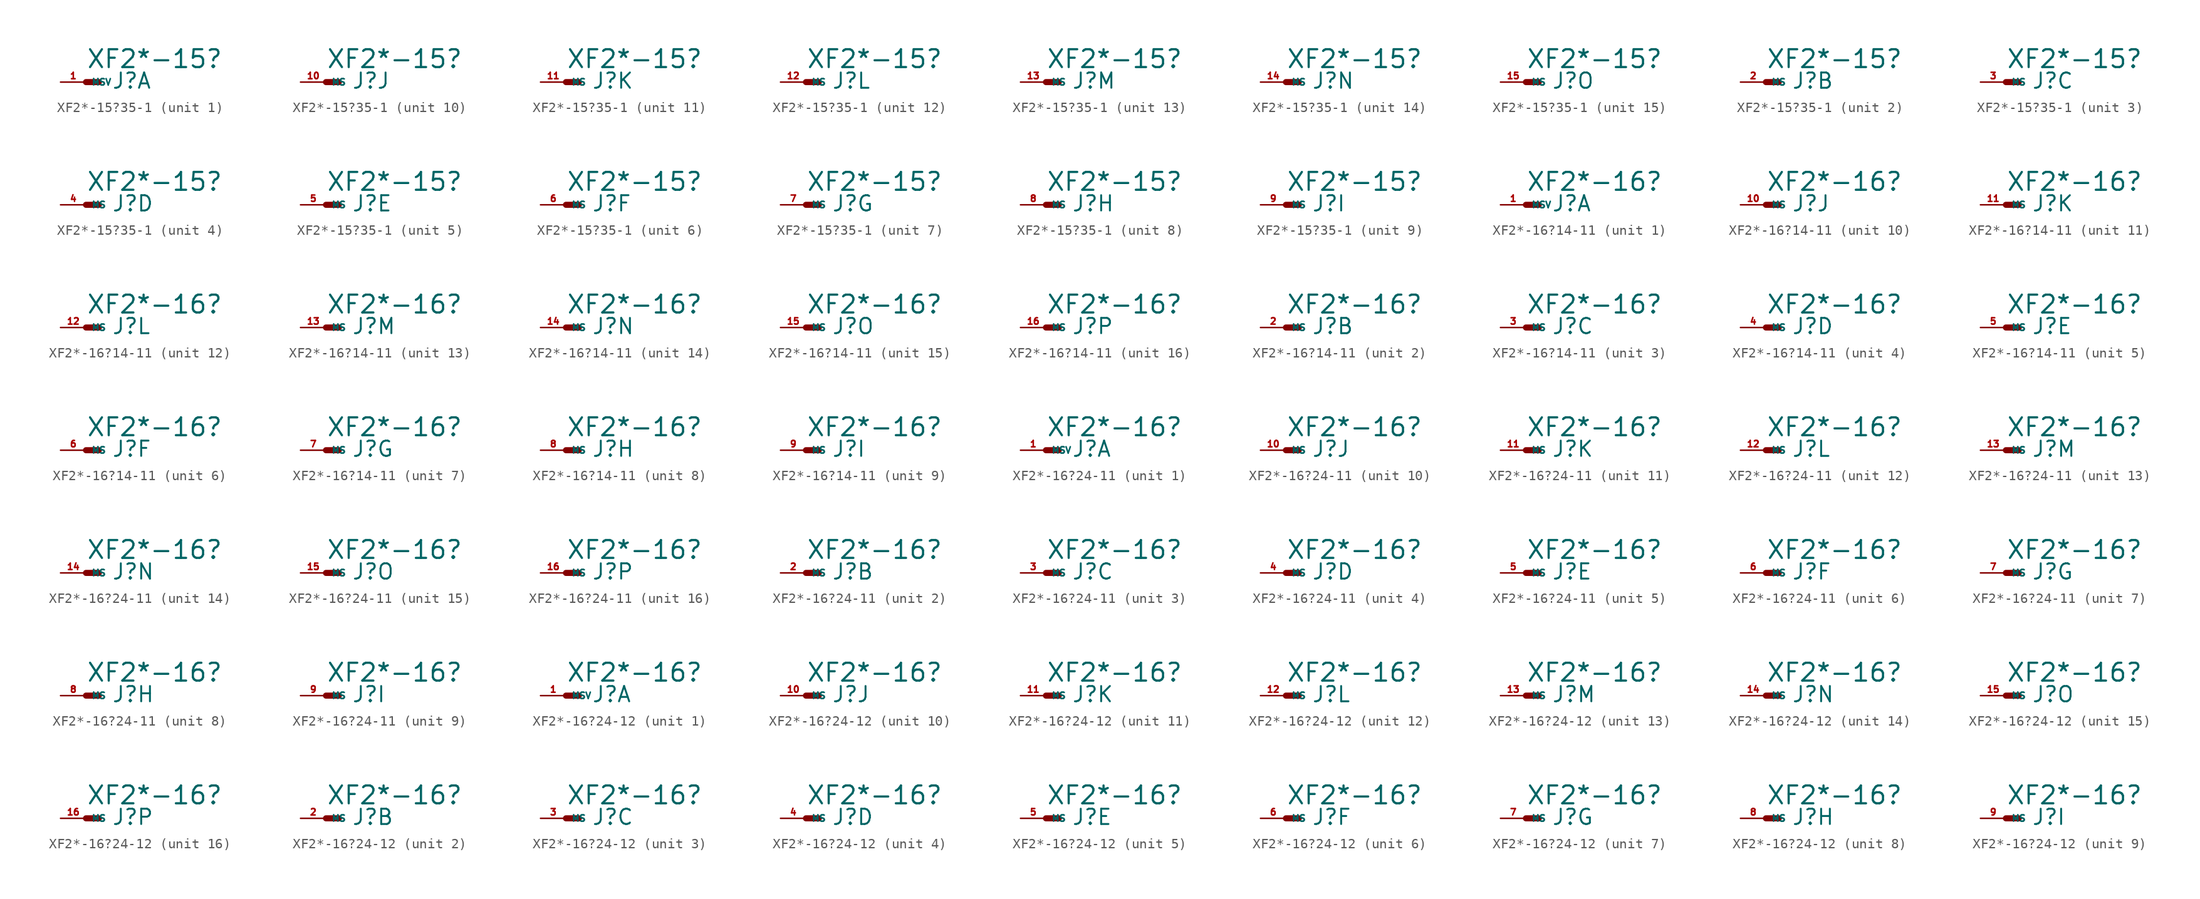
<source format=kicad_sym>
(kicad_symbol_lib
  (version 20220914)
  (generator Eagle2Kicad)
  (symbol "XF2*-15?35-1"
    (property "Reference" "J"
      (at 2.54 -0.762 0)
      (effects (font (size 1.524 1.524) (thickness 0.19)) (justify left bottom)))
    (property "Value" "XF2*-15?"
      (at 0 1.27 0)
      (effects (font (size 1.778 1.778) (thickness 0.22)) (justify left bottom)))
    (symbol "XF2*-15?35-1_1_0"
      (polyline (pts (xy 0 0) (xy 1.27 0)) (stroke (width 0.61) (type default)) (fill (type none)))
      (pin passive line (at -2.54 0 0) (length 2.54) (name "MSV" (effects (font (size 0.635 0.635) (thickness 0.08)) (justify left bottom))) (number "1" (effects (font (size 0.635 0.635) (thickness 0.08)) (justify left bottom)))))
    (symbol "XF2*-15?35-1_2_0"
      (polyline (pts (xy 0 0) (xy 1.27 0)) (stroke (width 0.61) (type default)) (fill (type none)))
      (pin passive line (at -2.54 0 0) (length 2.54) (name "MS" (effects (font (size 0.635 0.635) (thickness 0.08)) (justify left bottom))) (number "2" (effects (font (size 0.635 0.635) (thickness 0.08)) (justify left bottom)))))
    (symbol "XF2*-15?35-1_3_0"
      (polyline (pts (xy 0 0) (xy 1.27 0)) (stroke (width 0.61) (type default)) (fill (type none)))
      (pin passive line (at -2.54 0 0) (length 2.54) (name "MS" (effects (font (size 0.635 0.635) (thickness 0.08)) (justify left bottom))) (number "3" (effects (font (size 0.635 0.635) (thickness 0.08)) (justify left bottom)))))
    (symbol "XF2*-15?35-1_4_0"
      (polyline (pts (xy 0 0) (xy 1.27 0)) (stroke (width 0.61) (type default)) (fill (type none)))
      (pin passive line (at -2.54 0 0) (length 2.54) (name "MS" (effects (font (size 0.635 0.635) (thickness 0.08)) (justify left bottom))) (number "4" (effects (font (size 0.635 0.635) (thickness 0.08)) (justify left bottom)))))
    (symbol "XF2*-15?35-1_5_0"
      (polyline (pts (xy 0 0) (xy 1.27 0)) (stroke (width 0.61) (type default)) (fill (type none)))
      (pin passive line (at -2.54 0 0) (length 2.54) (name "MS" (effects (font (size 0.635 0.635) (thickness 0.08)) (justify left bottom))) (number "5" (effects (font (size 0.635 0.635) (thickness 0.08)) (justify left bottom)))))
    (symbol "XF2*-15?35-1_6_0"
      (polyline (pts (xy 0 0) (xy 1.27 0)) (stroke (width 0.61) (type default)) (fill (type none)))
      (pin passive line (at -2.54 0 0) (length 2.54) (name "MS" (effects (font (size 0.635 0.635) (thickness 0.08)) (justify left bottom))) (number "6" (effects (font (size 0.635 0.635) (thickness 0.08)) (justify left bottom)))))
    (symbol "XF2*-15?35-1_7_0"
      (polyline (pts (xy 0 0) (xy 1.27 0)) (stroke (width 0.61) (type default)) (fill (type none)))
      (pin passive line (at -2.54 0 0) (length 2.54) (name "MS" (effects (font (size 0.635 0.635) (thickness 0.08)) (justify left bottom))) (number "7" (effects (font (size 0.635 0.635) (thickness 0.08)) (justify left bottom)))))
    (symbol "XF2*-15?35-1_8_0"
      (polyline (pts (xy 0 0) (xy 1.27 0)) (stroke (width 0.61) (type default)) (fill (type none)))
      (pin passive line (at -2.54 0 0) (length 2.54) (name "MS" (effects (font (size 0.635 0.635) (thickness 0.08)) (justify left bottom))) (number "8" (effects (font (size 0.635 0.635) (thickness 0.08)) (justify left bottom)))))
    (symbol "XF2*-15?35-1_9_0"
      (polyline (pts (xy 0 0) (xy 1.27 0)) (stroke (width 0.61) (type default)) (fill (type none)))
      (pin passive line (at -2.54 0 0) (length 2.54) (name "MS" (effects (font (size 0.635 0.635) (thickness 0.08)) (justify left bottom))) (number "9" (effects (font (size 0.635 0.635) (thickness 0.08)) (justify left bottom)))))
    (symbol "XF2*-15?35-1_10_0"
      (polyline (pts (xy 0 0) (xy 1.27 0)) (stroke (width 0.61) (type default)) (fill (type none)))
      (pin passive line (at -2.54 0 0) (length 2.54) (name "MS" (effects (font (size 0.635 0.635) (thickness 0.08)) (justify left bottom))) (number "10" (effects (font (size 0.635 0.635) (thickness 0.08)) (justify left bottom)))))
    (symbol "XF2*-15?35-1_11_0"
      (polyline (pts (xy 0 0) (xy 1.27 0)) (stroke (width 0.61) (type default)) (fill (type none)))
      (pin passive line (at -2.54 0 0) (length 2.54) (name "MS" (effects (font (size 0.635 0.635) (thickness 0.08)) (justify left bottom))) (number "11" (effects (font (size 0.635 0.635) (thickness 0.08)) (justify left bottom)))))
    (symbol "XF2*-15?35-1_12_0"
      (polyline (pts (xy 0 0) (xy 1.27 0)) (stroke (width 0.61) (type default)) (fill (type none)))
      (pin passive line (at -2.54 0 0) (length 2.54) (name "MS" (effects (font (size 0.635 0.635) (thickness 0.08)) (justify left bottom))) (number "12" (effects (font (size 0.635 0.635) (thickness 0.08)) (justify left bottom)))))
    (symbol "XF2*-15?35-1_13_0"
      (polyline (pts (xy 0 0) (xy 1.27 0)) (stroke (width 0.61) (type default)) (fill (type none)))
      (pin passive line (at -2.54 0 0) (length 2.54) (name "MS" (effects (font (size 0.635 0.635) (thickness 0.08)) (justify left bottom))) (number "13" (effects (font (size 0.635 0.635) (thickness 0.08)) (justify left bottom)))))
    (symbol "XF2*-15?35-1_14_0"
      (polyline (pts (xy 0 0) (xy 1.27 0)) (stroke (width 0.61) (type default)) (fill (type none)))
      (pin passive line (at -2.54 0 0) (length 2.54) (name "MS" (effects (font (size 0.635 0.635) (thickness 0.08)) (justify left bottom))) (number "14" (effects (font (size 0.635 0.635) (thickness 0.08)) (justify left bottom)))))
    (symbol "XF2*-15?35-1_15_0"
      (polyline (pts (xy 0 0) (xy 1.27 0)) (stroke (width 0.61) (type default)) (fill (type none)))
      (pin passive line (at -2.54 0 0) (length 2.54) (name "MS" (effects (font (size 0.635 0.635) (thickness 0.08)) (justify left bottom))) (number "15" (effects (font (size 0.635 0.635) (thickness 0.08)) (justify left bottom))))))
  (symbol "XF2*-16?14-11"
    (property "Reference" "J"
      (at 2.54 -0.762 0)
      (effects (font (size 1.524 1.524) (thickness 0.19)) (justify left bottom)))
    (property "Value" "XF2*-16?"
      (at 0 1.27 0)
      (effects (font (size 1.778 1.778) (thickness 0.22)) (justify left bottom)))
    (symbol "XF2*-16?14-11_1_0"
      (polyline (pts (xy 0 0) (xy 1.27 0)) (stroke (width 0.61) (type default)) (fill (type none)))
      (pin passive line (at -2.54 0 0) (length 2.54) (name "MSV" (effects (font (size 0.635 0.635) (thickness 0.08)) (justify left bottom))) (number "1" (effects (font (size 0.635 0.635) (thickness 0.08)) (justify left bottom)))))
    (symbol "XF2*-16?14-11_2_0"
      (polyline (pts (xy 0 0) (xy 1.27 0)) (stroke (width 0.61) (type default)) (fill (type none)))
      (pin passive line (at -2.54 0 0) (length 2.54) (name "MS" (effects (font (size 0.635 0.635) (thickness 0.08)) (justify left bottom))) (number "2" (effects (font (size 0.635 0.635) (thickness 0.08)) (justify left bottom)))))
    (symbol "XF2*-16?14-11_3_0"
      (polyline (pts (xy 0 0) (xy 1.27 0)) (stroke (width 0.61) (type default)) (fill (type none)))
      (pin passive line (at -2.54 0 0) (length 2.54) (name "MS" (effects (font (size 0.635 0.635) (thickness 0.08)) (justify left bottom))) (number "3" (effects (font (size 0.635 0.635) (thickness 0.08)) (justify left bottom)))))
    (symbol "XF2*-16?14-11_4_0"
      (polyline (pts (xy 0 0) (xy 1.27 0)) (stroke (width 0.61) (type default)) (fill (type none)))
      (pin passive line (at -2.54 0 0) (length 2.54) (name "MS" (effects (font (size 0.635 0.635) (thickness 0.08)) (justify left bottom))) (number "4" (effects (font (size 0.635 0.635) (thickness 0.08)) (justify left bottom)))))
    (symbol "XF2*-16?14-11_5_0"
      (polyline (pts (xy 0 0) (xy 1.27 0)) (stroke (width 0.61) (type default)) (fill (type none)))
      (pin passive line (at -2.54 0 0) (length 2.54) (name "MS" (effects (font (size 0.635 0.635) (thickness 0.08)) (justify left bottom))) (number "5" (effects (font (size 0.635 0.635) (thickness 0.08)) (justify left bottom)))))
    (symbol "XF2*-16?14-11_6_0"
      (polyline (pts (xy 0 0) (xy 1.27 0)) (stroke (width 0.61) (type default)) (fill (type none)))
      (pin passive line (at -2.54 0 0) (length 2.54) (name "MS" (effects (font (size 0.635 0.635) (thickness 0.08)) (justify left bottom))) (number "6" (effects (font (size 0.635 0.635) (thickness 0.08)) (justify left bottom)))))
    (symbol "XF2*-16?14-11_7_0"
      (polyline (pts (xy 0 0) (xy 1.27 0)) (stroke (width 0.61) (type default)) (fill (type none)))
      (pin passive line (at -2.54 0 0) (length 2.54) (name "MS" (effects (font (size 0.635 0.635) (thickness 0.08)) (justify left bottom))) (number "7" (effects (font (size 0.635 0.635) (thickness 0.08)) (justify left bottom)))))
    (symbol "XF2*-16?14-11_8_0"
      (polyline (pts (xy 0 0) (xy 1.27 0)) (stroke (width 0.61) (type default)) (fill (type none)))
      (pin passive line (at -2.54 0 0) (length 2.54) (name "MS" (effects (font (size 0.635 0.635) (thickness 0.08)) (justify left bottom))) (number "8" (effects (font (size 0.635 0.635) (thickness 0.08)) (justify left bottom)))))
    (symbol "XF2*-16?14-11_9_0"
      (polyline (pts (xy 0 0) (xy 1.27 0)) (stroke (width 0.61) (type default)) (fill (type none)))
      (pin passive line (at -2.54 0 0) (length 2.54) (name "MS" (effects (font (size 0.635 0.635) (thickness 0.08)) (justify left bottom))) (number "9" (effects (font (size 0.635 0.635) (thickness 0.08)) (justify left bottom)))))
    (symbol "XF2*-16?14-11_10_0"
      (polyline (pts (xy 0 0) (xy 1.27 0)) (stroke (width 0.61) (type default)) (fill (type none)))
      (pin passive line (at -2.54 0 0) (length 2.54) (name "MS" (effects (font (size 0.635 0.635) (thickness 0.08)) (justify left bottom))) (number "10" (effects (font (size 0.635 0.635) (thickness 0.08)) (justify left bottom)))))
    (symbol "XF2*-16?14-11_11_0"
      (polyline (pts (xy 0 0) (xy 1.27 0)) (stroke (width 0.61) (type default)) (fill (type none)))
      (pin passive line (at -2.54 0 0) (length 2.54) (name "MS" (effects (font (size 0.635 0.635) (thickness 0.08)) (justify left bottom))) (number "11" (effects (font (size 0.635 0.635) (thickness 0.08)) (justify left bottom)))))
    (symbol "XF2*-16?14-11_12_0"
      (polyline (pts (xy 0 0) (xy 1.27 0)) (stroke (width 0.61) (type default)) (fill (type none)))
      (pin passive line (at -2.54 0 0) (length 2.54) (name "MS" (effects (font (size 0.635 0.635) (thickness 0.08)) (justify left bottom))) (number "12" (effects (font (size 0.635 0.635) (thickness 0.08)) (justify left bottom)))))
    (symbol "XF2*-16?14-11_13_0"
      (polyline (pts (xy 0 0) (xy 1.27 0)) (stroke (width 0.61) (type default)) (fill (type none)))
      (pin passive line (at -2.54 0 0) (length 2.54) (name "MS" (effects (font (size 0.635 0.635) (thickness 0.08)) (justify left bottom))) (number "13" (effects (font (size 0.635 0.635) (thickness 0.08)) (justify left bottom)))))
    (symbol "XF2*-16?14-11_14_0"
      (polyline (pts (xy 0 0) (xy 1.27 0)) (stroke (width 0.61) (type default)) (fill (type none)))
      (pin passive line (at -2.54 0 0) (length 2.54) (name "MS" (effects (font (size 0.635 0.635) (thickness 0.08)) (justify left bottom))) (number "14" (effects (font (size 0.635 0.635) (thickness 0.08)) (justify left bottom)))))
    (symbol "XF2*-16?14-11_15_0"
      (polyline (pts (xy 0 0) (xy 1.27 0)) (stroke (width 0.61) (type default)) (fill (type none)))
      (pin passive line (at -2.54 0 0) (length 2.54) (name "MS" (effects (font (size 0.635 0.635) (thickness 0.08)) (justify left bottom))) (number "15" (effects (font (size 0.635 0.635) (thickness 0.08)) (justify left bottom)))))
    (symbol "XF2*-16?14-11_16_0"
      (polyline (pts (xy 0 0) (xy 1.27 0)) (stroke (width 0.61) (type default)) (fill (type none)))
      (pin passive line (at -2.54 0 0) (length 2.54) (name "MS" (effects (font (size 0.635 0.635) (thickness 0.08)) (justify left bottom))) (number "16" (effects (font (size 0.635 0.635) (thickness 0.08)) (justify left bottom))))))
  (symbol "XF2*-16?24-11"
    (property "Reference" "J"
      (at 2.54 -0.762 0)
      (effects (font (size 1.524 1.524) (thickness 0.19)) (justify left bottom)))
    (property "Value" "XF2*-16?"
      (at 0 1.27 0)
      (effects (font (size 1.778 1.778) (thickness 0.22)) (justify left bottom)))
    (symbol "XF2*-16?24-11_1_0"
      (polyline (pts (xy 0 0) (xy 1.27 0)) (stroke (width 0.61) (type default)) (fill (type none)))
      (pin passive line (at -2.54 0 0) (length 2.54) (name "MSV" (effects (font (size 0.635 0.635) (thickness 0.08)) (justify left bottom))) (number "1" (effects (font (size 0.635 0.635) (thickness 0.08)) (justify left bottom)))))
    (symbol "XF2*-16?24-11_2_0"
      (polyline (pts (xy 0 0) (xy 1.27 0)) (stroke (width 0.61) (type default)) (fill (type none)))
      (pin passive line (at -2.54 0 0) (length 2.54) (name "MS" (effects (font (size 0.635 0.635) (thickness 0.08)) (justify left bottom))) (number "2" (effects (font (size 0.635 0.635) (thickness 0.08)) (justify left bottom)))))
    (symbol "XF2*-16?24-11_3_0"
      (polyline (pts (xy 0 0) (xy 1.27 0)) (stroke (width 0.61) (type default)) (fill (type none)))
      (pin passive line (at -2.54 0 0) (length 2.54) (name "MS" (effects (font (size 0.635 0.635) (thickness 0.08)) (justify left bottom))) (number "3" (effects (font (size 0.635 0.635) (thickness 0.08)) (justify left bottom)))))
    (symbol "XF2*-16?24-11_4_0"
      (polyline (pts (xy 0 0) (xy 1.27 0)) (stroke (width 0.61) (type default)) (fill (type none)))
      (pin passive line (at -2.54 0 0) (length 2.54) (name "MS" (effects (font (size 0.635 0.635) (thickness 0.08)) (justify left bottom))) (number "4" (effects (font (size 0.635 0.635) (thickness 0.08)) (justify left bottom)))))
    (symbol "XF2*-16?24-11_5_0"
      (polyline (pts (xy 0 0) (xy 1.27 0)) (stroke (width 0.61) (type default)) (fill (type none)))
      (pin passive line (at -2.54 0 0) (length 2.54) (name "MS" (effects (font (size 0.635 0.635) (thickness 0.08)) (justify left bottom))) (number "5" (effects (font (size 0.635 0.635) (thickness 0.08)) (justify left bottom)))))
    (symbol "XF2*-16?24-11_6_0"
      (polyline (pts (xy 0 0) (xy 1.27 0)) (stroke (width 0.61) (type default)) (fill (type none)))
      (pin passive line (at -2.54 0 0) (length 2.54) (name "MS" (effects (font (size 0.635 0.635) (thickness 0.08)) (justify left bottom))) (number "6" (effects (font (size 0.635 0.635) (thickness 0.08)) (justify left bottom)))))
    (symbol "XF2*-16?24-11_7_0"
      (polyline (pts (xy 0 0) (xy 1.27 0)) (stroke (width 0.61) (type default)) (fill (type none)))
      (pin passive line (at -2.54 0 0) (length 2.54) (name "MS" (effects (font (size 0.635 0.635) (thickness 0.08)) (justify left bottom))) (number "7" (effects (font (size 0.635 0.635) (thickness 0.08)) (justify left bottom)))))
    (symbol "XF2*-16?24-11_8_0"
      (polyline (pts (xy 0 0) (xy 1.27 0)) (stroke (width 0.61) (type default)) (fill (type none)))
      (pin passive line (at -2.54 0 0) (length 2.54) (name "MS" (effects (font (size 0.635 0.635) (thickness 0.08)) (justify left bottom))) (number "8" (effects (font (size 0.635 0.635) (thickness 0.08)) (justify left bottom)))))
    (symbol "XF2*-16?24-11_9_0"
      (polyline (pts (xy 0 0) (xy 1.27 0)) (stroke (width 0.61) (type default)) (fill (type none)))
      (pin passive line (at -2.54 0 0) (length 2.54) (name "MS" (effects (font (size 0.635 0.635) (thickness 0.08)) (justify left bottom))) (number "9" (effects (font (size 0.635 0.635) (thickness 0.08)) (justify left bottom)))))
    (symbol "XF2*-16?24-11_10_0"
      (polyline (pts (xy 0 0) (xy 1.27 0)) (stroke (width 0.61) (type default)) (fill (type none)))
      (pin passive line (at -2.54 0 0) (length 2.54) (name "MS" (effects (font (size 0.635 0.635) (thickness 0.08)) (justify left bottom))) (number "10" (effects (font (size 0.635 0.635) (thickness 0.08)) (justify left bottom)))))
    (symbol "XF2*-16?24-11_11_0"
      (polyline (pts (xy 0 0) (xy 1.27 0)) (stroke (width 0.61) (type default)) (fill (type none)))
      (pin passive line (at -2.54 0 0) (length 2.54) (name "MS" (effects (font (size 0.635 0.635) (thickness 0.08)) (justify left bottom))) (number "11" (effects (font (size 0.635 0.635) (thickness 0.08)) (justify left bottom)))))
    (symbol "XF2*-16?24-11_12_0"
      (polyline (pts (xy 0 0) (xy 1.27 0)) (stroke (width 0.61) (type default)) (fill (type none)))
      (pin passive line (at -2.54 0 0) (length 2.54) (name "MS" (effects (font (size 0.635 0.635) (thickness 0.08)) (justify left bottom))) (number "12" (effects (font (size 0.635 0.635) (thickness 0.08)) (justify left bottom)))))
    (symbol "XF2*-16?24-11_13_0"
      (polyline (pts (xy 0 0) (xy 1.27 0)) (stroke (width 0.61) (type default)) (fill (type none)))
      (pin passive line (at -2.54 0 0) (length 2.54) (name "MS" (effects (font (size 0.635 0.635) (thickness 0.08)) (justify left bottom))) (number "13" (effects (font (size 0.635 0.635) (thickness 0.08)) (justify left bottom)))))
    (symbol "XF2*-16?24-11_14_0"
      (polyline (pts (xy 0 0) (xy 1.27 0)) (stroke (width 0.61) (type default)) (fill (type none)))
      (pin passive line (at -2.54 0 0) (length 2.54) (name "MS" (effects (font (size 0.635 0.635) (thickness 0.08)) (justify left bottom))) (number "14" (effects (font (size 0.635 0.635) (thickness 0.08)) (justify left bottom)))))
    (symbol "XF2*-16?24-11_15_0"
      (polyline (pts (xy 0 0) (xy 1.27 0)) (stroke (width 0.61) (type default)) (fill (type none)))
      (pin passive line (at -2.54 0 0) (length 2.54) (name "MS" (effects (font (size 0.635 0.635) (thickness 0.08)) (justify left bottom))) (number "15" (effects (font (size 0.635 0.635) (thickness 0.08)) (justify left bottom)))))
    (symbol "XF2*-16?24-11_16_0"
      (polyline (pts (xy 0 0) (xy 1.27 0)) (stroke (width 0.61) (type default)) (fill (type none)))
      (pin passive line (at -2.54 0 0) (length 2.54) (name "MS" (effects (font (size 0.635 0.635) (thickness 0.08)) (justify left bottom))) (number "16" (effects (font (size 0.635 0.635) (thickness 0.08)) (justify left bottom))))))
  (symbol "XF2*-16?24-12"
    (property "Reference" "J"
      (at 2.54 -0.762 0)
      (effects (font (size 1.524 1.524) (thickness 0.19)) (justify left bottom)))
    (property "Value" "XF2*-16?"
      (at 0 1.27 0)
      (effects (font (size 1.778 1.778) (thickness 0.22)) (justify left bottom)))
    (symbol "XF2*-16?24-12_1_0"
      (polyline (pts (xy 0 0) (xy 1.27 0)) (stroke (width 0.61) (type default)) (fill (type none)))
      (pin passive line (at -2.54 0 0) (length 2.54) (name "MSV" (effects (font (size 0.635 0.635) (thickness 0.08)) (justify left bottom))) (number "1" (effects (font (size 0.635 0.635) (thickness 0.08)) (justify left bottom)))))
    (symbol "XF2*-16?24-12_2_0"
      (polyline (pts (xy 0 0) (xy 1.27 0)) (stroke (width 0.61) (type default)) (fill (type none)))
      (pin passive line (at -2.54 0 0) (length 2.54) (name "MS" (effects (font (size 0.635 0.635) (thickness 0.08)) (justify left bottom))) (number "2" (effects (font (size 0.635 0.635) (thickness 0.08)) (justify left bottom)))))
    (symbol "XF2*-16?24-12_3_0"
      (polyline (pts (xy 0 0) (xy 1.27 0)) (stroke (width 0.61) (type default)) (fill (type none)))
      (pin passive line (at -2.54 0 0) (length 2.54) (name "MS" (effects (font (size 0.635 0.635) (thickness 0.08)) (justify left bottom))) (number "3" (effects (font (size 0.635 0.635) (thickness 0.08)) (justify left bottom)))))
    (symbol "XF2*-16?24-12_4_0"
      (polyline (pts (xy 0 0) (xy 1.27 0)) (stroke (width 0.61) (type default)) (fill (type none)))
      (pin passive line (at -2.54 0 0) (length 2.54) (name "MS" (effects (font (size 0.635 0.635) (thickness 0.08)) (justify left bottom))) (number "4" (effects (font (size 0.635 0.635) (thickness 0.08)) (justify left bottom)))))
    (symbol "XF2*-16?24-12_5_0"
      (polyline (pts (xy 0 0) (xy 1.27 0)) (stroke (width 0.61) (type default)) (fill (type none)))
      (pin passive line (at -2.54 0 0) (length 2.54) (name "MS" (effects (font (size 0.635 0.635) (thickness 0.08)) (justify left bottom))) (number "5" (effects (font (size 0.635 0.635) (thickness 0.08)) (justify left bottom)))))
    (symbol "XF2*-16?24-12_6_0"
      (polyline (pts (xy 0 0) (xy 1.27 0)) (stroke (width 0.61) (type default)) (fill (type none)))
      (pin passive line (at -2.54 0 0) (length 2.54) (name "MS" (effects (font (size 0.635 0.635) (thickness 0.08)) (justify left bottom))) (number "6" (effects (font (size 0.635 0.635) (thickness 0.08)) (justify left bottom)))))
    (symbol "XF2*-16?24-12_7_0"
      (polyline (pts (xy 0 0) (xy 1.27 0)) (stroke (width 0.61) (type default)) (fill (type none)))
      (pin passive line (at -2.54 0 0) (length 2.54) (name "MS" (effects (font (size 0.635 0.635) (thickness 0.08)) (justify left bottom))) (number "7" (effects (font (size 0.635 0.635) (thickness 0.08)) (justify left bottom)))))
    (symbol "XF2*-16?24-12_8_0"
      (polyline (pts (xy 0 0) (xy 1.27 0)) (stroke (width 0.61) (type default)) (fill (type none)))
      (pin passive line (at -2.54 0 0) (length 2.54) (name "MS" (effects (font (size 0.635 0.635) (thickness 0.08)) (justify left bottom))) (number "8" (effects (font (size 0.635 0.635) (thickness 0.08)) (justify left bottom)))))
    (symbol "XF2*-16?24-12_9_0"
      (polyline (pts (xy 0 0) (xy 1.27 0)) (stroke (width 0.61) (type default)) (fill (type none)))
      (pin passive line (at -2.54 0 0) (length 2.54) (name "MS" (effects (font (size 0.635 0.635) (thickness 0.08)) (justify left bottom))) (number "9" (effects (font (size 0.635 0.635) (thickness 0.08)) (justify left bottom)))))
    (symbol "XF2*-16?24-12_10_0"
      (polyline (pts (xy 0 0) (xy 1.27 0)) (stroke (width 0.61) (type default)) (fill (type none)))
      (pin passive line (at -2.54 0 0) (length 2.54) (name "MS" (effects (font (size 0.635 0.635) (thickness 0.08)) (justify left bottom))) (number "10" (effects (font (size 0.635 0.635) (thickness 0.08)) (justify left bottom)))))
    (symbol "XF2*-16?24-12_11_0"
      (polyline (pts (xy 0 0) (xy 1.27 0)) (stroke (width 0.61) (type default)) (fill (type none)))
      (pin passive line (at -2.54 0 0) (length 2.54) (name "MS" (effects (font (size 0.635 0.635) (thickness 0.08)) (justify left bottom))) (number "11" (effects (font (size 0.635 0.635) (thickness 0.08)) (justify left bottom)))))
    (symbol "XF2*-16?24-12_12_0"
      (polyline (pts (xy 0 0) (xy 1.27 0)) (stroke (width 0.61) (type default)) (fill (type none)))
      (pin passive line (at -2.54 0 0) (length 2.54) (name "MS" (effects (font (size 0.635 0.635) (thickness 0.08)) (justify left bottom))) (number "12" (effects (font (size 0.635 0.635) (thickness 0.08)) (justify left bottom)))))
    (symbol "XF2*-16?24-12_13_0"
      (polyline (pts (xy 0 0) (xy 1.27 0)) (stroke (width 0.61) (type default)) (fill (type none)))
      (pin passive line (at -2.54 0 0) (length 2.54) (name "MS" (effects (font (size 0.635 0.635) (thickness 0.08)) (justify left bottom))) (number "13" (effects (font (size 0.635 0.635) (thickness 0.08)) (justify left bottom)))))
    (symbol "XF2*-16?24-12_14_0"
      (polyline (pts (xy 0 0) (xy 1.27 0)) (stroke (width 0.61) (type default)) (fill (type none)))
      (pin passive line (at -2.54 0 0) (length 2.54) (name "MS" (effects (font (size 0.635 0.635) (thickness 0.08)) (justify left bottom))) (number "14" (effects (font (size 0.635 0.635) (thickness 0.08)) (justify left bottom)))))
    (symbol "XF2*-16?24-12_15_0"
      (polyline (pts (xy 0 0) (xy 1.27 0)) (stroke (width 0.61) (type default)) (fill (type none)))
      (pin passive line (at -2.54 0 0) (length 2.54) (name "MS" (effects (font (size 0.635 0.635) (thickness 0.08)) (justify left bottom))) (number "15" (effects (font (size 0.635 0.635) (thickness 0.08)) (justify left bottom)))))
    (symbol "XF2*-16?24-12_16_0"
      (polyline (pts (xy 0 0) (xy 1.27 0)) (stroke (width 0.61) (type default)) (fill (type none)))
      (pin passive line (at -2.54 0 0) (length 2.54) (name "MS" (effects (font (size 0.635 0.635) (thickness 0.08)) (justify left bottom))) (number "16" (effects (font (size 0.635 0.635) (thickness 0.08)) (justify left bottom)))))))
</source>
